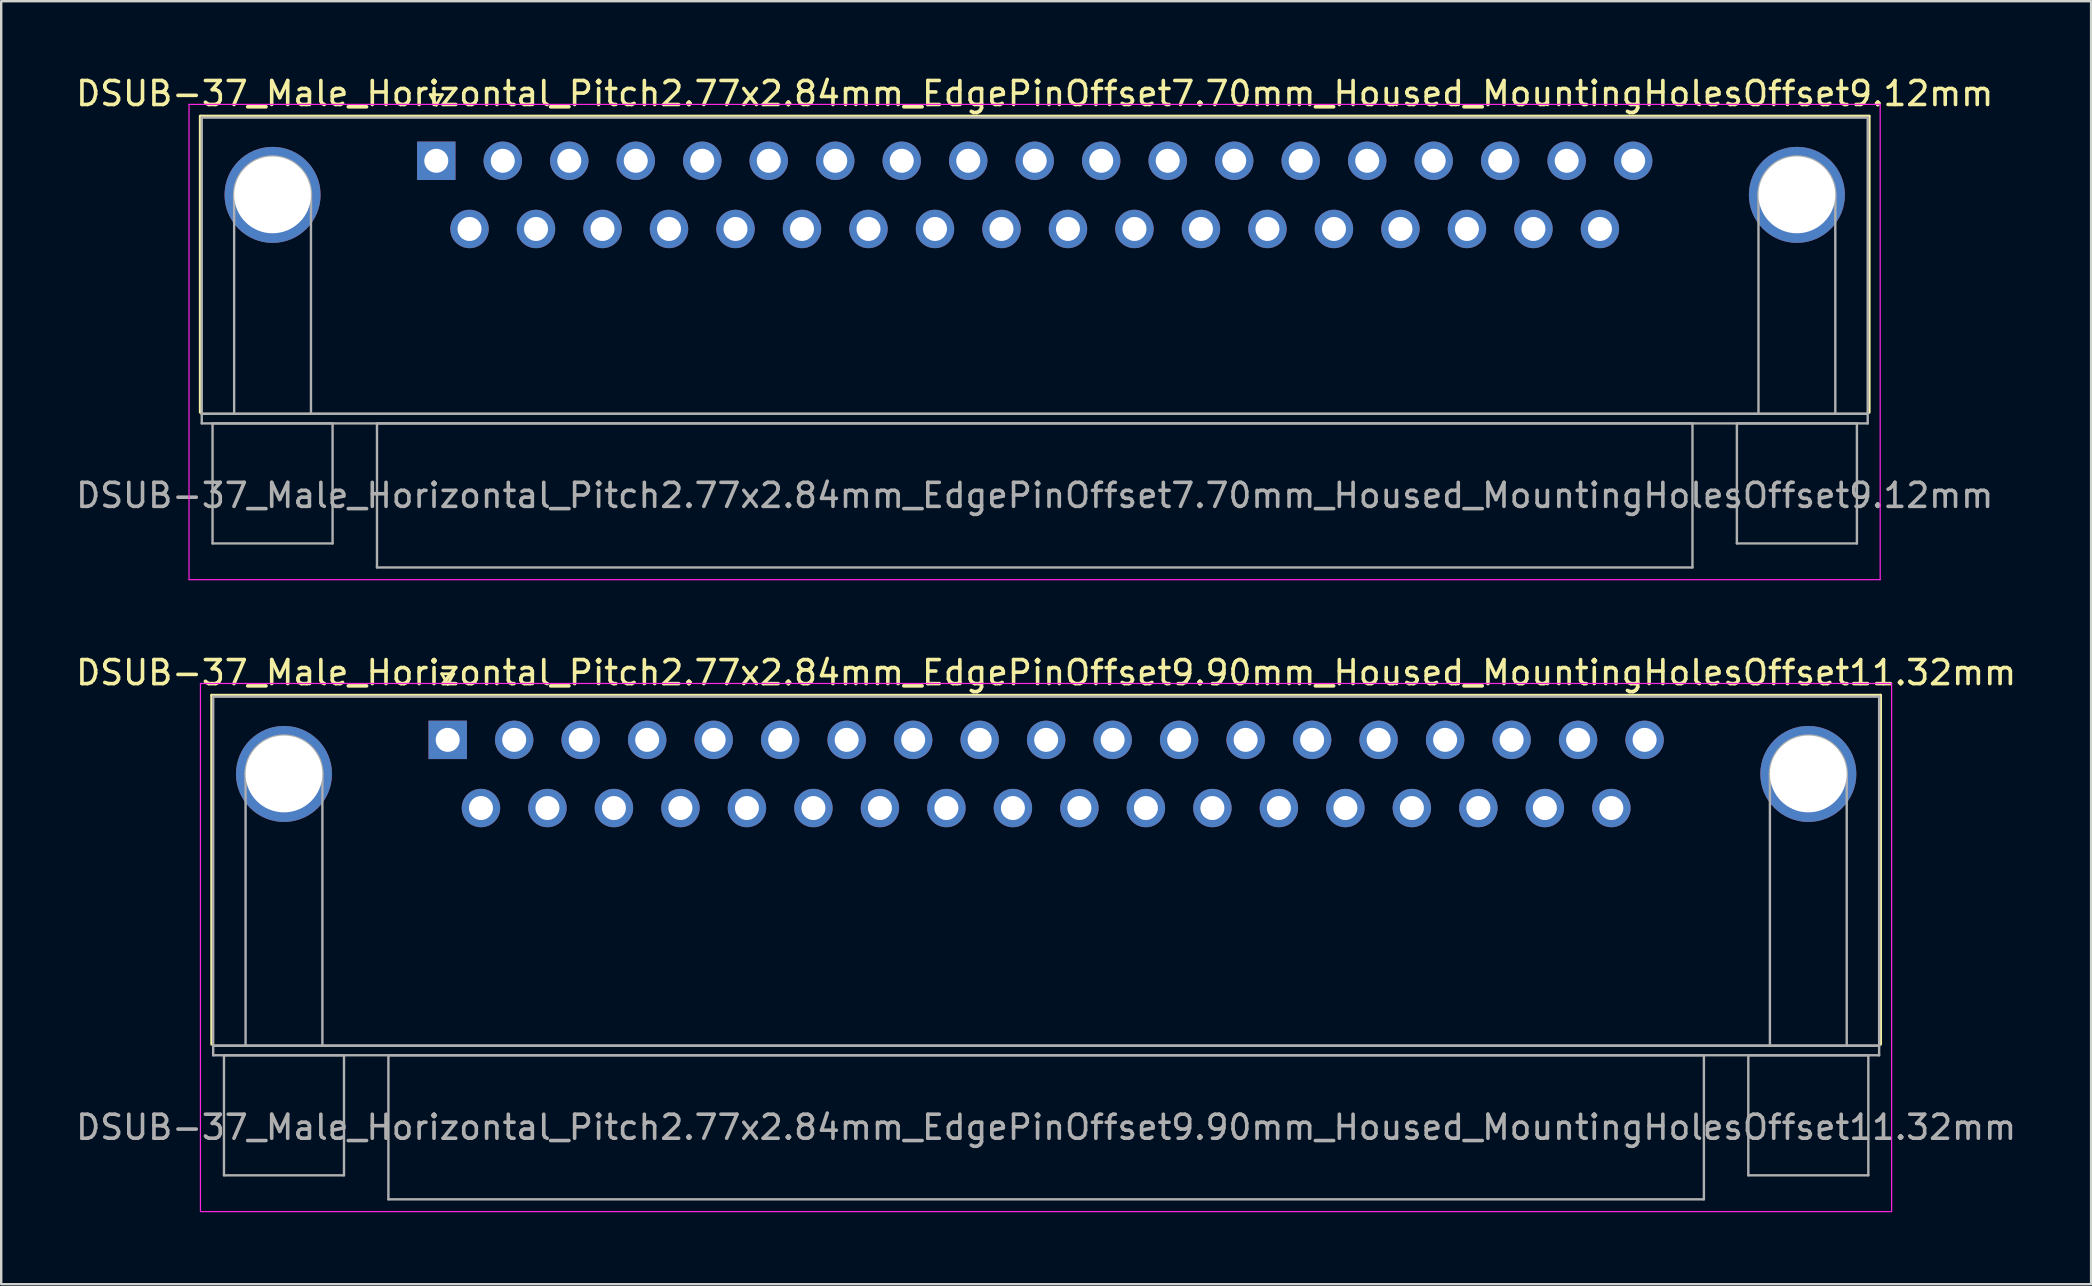
<source format=kicad_pcb>
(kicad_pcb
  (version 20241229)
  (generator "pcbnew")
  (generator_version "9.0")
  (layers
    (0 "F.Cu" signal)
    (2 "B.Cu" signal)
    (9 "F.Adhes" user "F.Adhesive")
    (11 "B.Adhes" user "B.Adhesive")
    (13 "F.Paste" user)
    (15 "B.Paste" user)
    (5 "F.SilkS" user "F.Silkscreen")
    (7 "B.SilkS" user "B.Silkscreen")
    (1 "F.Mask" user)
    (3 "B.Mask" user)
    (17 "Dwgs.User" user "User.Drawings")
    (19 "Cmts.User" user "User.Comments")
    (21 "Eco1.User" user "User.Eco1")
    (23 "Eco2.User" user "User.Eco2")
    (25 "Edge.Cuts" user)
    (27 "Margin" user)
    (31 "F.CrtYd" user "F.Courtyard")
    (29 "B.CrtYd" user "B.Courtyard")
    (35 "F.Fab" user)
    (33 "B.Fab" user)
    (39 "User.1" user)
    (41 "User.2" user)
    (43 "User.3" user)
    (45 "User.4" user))
  (footprint "DSUB-37_Male_Horizontal_Pitch2.77x2.84mm_EdgePinOffset9.90mm_Housed_MountingHolesOffset11.32mm"
    (layer "F.Cu")
    (at 15.6 27.771)
    (property "Reference" "DSUB-37_Male_Horizontal_Pitch2.77x2.84mm_EdgePinOffset9.90mm_Housed_MountingHolesOffset11.32mm" (at 24.93 -2.8 0) (layer "F.SilkS") (effects (font (size 1 1) (thickness 0.15))))
    (attr through_hole)
    (fp_line (start -9.83 -1.86) (end 59.69 -1.86) (stroke (width 0.12) (type solid)) (layer "F.SilkS"))
    (fp_line (start -9.83 12.68) (end -9.83 -1.86) (stroke (width 0.12) (type solid)) (layer "F.SilkS"))
    (fp_line (start -0.25 -2.754) (end 0.25 -2.754) (stroke (width 0.12) (type solid)) (layer "F.SilkS"))
    (fp_line (start 0 -2.321) (end -0.25 -2.754) (stroke (width 0.12) (type solid)) (layer "F.SilkS"))
    (fp_line (start 0.25 -2.754) (end 0 -2.321) (stroke (width 0.12) (type solid)) (layer "F.SilkS"))
    (fp_line (start 59.69 -1.86) (end 59.69 12.68) (stroke (width 0.12) (type solid)) (layer "F.SilkS"))
    (fp_line (start -10.3 -2.35) (end -10.3 19.65) (stroke (width 0.05) (type solid)) (layer "F.CrtYd"))
    (fp_line (start -10.3 19.65) (end 60.15 19.65) (stroke (width 0.05) (type solid)) (layer "F.CrtYd"))
    (fp_line (start 60.15 -2.35) (end -10.3 -2.35) (stroke (width 0.05) (type solid)) (layer "F.CrtYd"))
    (fp_line (start 60.15 19.65) (end 60.15 -2.35) (stroke (width 0.05) (type solid)) (layer "F.CrtYd"))
    (fp_line (start -9.77 -1.8) (end -9.77 12.74) (stroke (width 0.1) (type solid)) (layer "F.Fab"))
    (fp_line (start -9.77 12.74) (end -9.77 13.14) (stroke (width 0.1) (type solid)) (layer "F.Fab"))
    (fp_line (start -9.77 12.74) (end 59.63 12.74) (stroke (width 0.1) (type solid)) (layer "F.Fab"))
    (fp_line (start -9.77 13.14) (end 59.63 13.14) (stroke (width 0.1) (type solid)) (layer "F.Fab"))
    (fp_line (start -9.32 13.14) (end -9.32 18.14) (stroke (width 0.1) (type solid)) (layer "F.Fab"))
    (fp_line (start -9.32 18.14) (end -4.32 18.14) (stroke (width 0.1) (type solid)) (layer "F.Fab"))
    (fp_line (start -8.42 12.74) (end -8.42 1.42) (stroke (width 0.1) (type solid)) (layer "F.Fab"))
    (fp_line (start -5.22 12.74) (end -5.22 1.42) (stroke (width 0.1) (type solid)) (layer "F.Fab"))
    (fp_line (start -4.32 13.14) (end -9.32 13.14) (stroke (width 0.1) (type solid)) (layer "F.Fab"))
    (fp_line (start -4.32 18.14) (end -4.32 13.14) (stroke (width 0.1) (type solid)) (layer "F.Fab"))
    (fp_line (start -2.47 13.14) (end -2.47 19.14) (stroke (width 0.1) (type solid)) (layer "F.Fab"))
    (fp_line (start -2.47 19.14) (end 52.33 19.14) (stroke (width 0.1) (type solid)) (layer "F.Fab"))
    (fp_line (start 52.33 13.14) (end -2.47 13.14) (stroke (width 0.1) (type solid)) (layer "F.Fab"))
    (fp_line (start 52.33 19.14) (end 52.33 13.14) (stroke (width 0.1) (type solid)) (layer "F.Fab"))
    (fp_line (start 54.18 13.14) (end 54.18 18.14) (stroke (width 0.1) (type solid)) (layer "F.Fab"))
    (fp_line (start 54.18 18.14) (end 59.18 18.14) (stroke (width 0.1) (type solid)) (layer "F.Fab"))
    (fp_line (start 55.08 12.74) (end 55.08 1.42) (stroke (width 0.1) (type solid)) (layer "F.Fab"))
    (fp_line (start 58.28 12.74) (end 58.28 1.42) (stroke (width 0.1) (type solid)) (layer "F.Fab"))
    (fp_line (start 59.18 13.14) (end 54.18 13.14) (stroke (width 0.1) (type solid)) (layer "F.Fab"))
    (fp_line (start 59.18 18.14) (end 59.18 13.14) (stroke (width 0.1) (type solid)) (layer "F.Fab"))
    (fp_line (start 59.63 -1.8) (end -9.77 -1.8) (stroke (width 0.1) (type solid)) (layer "F.Fab"))
    (fp_line (start 59.63 12.74) (end -9.77 12.74) (stroke (width 0.1) (type solid)) (layer "F.Fab"))
    (fp_line (start 59.63 12.74) (end 59.63 -1.8) (stroke (width 0.1) (type solid)) (layer "F.Fab"))
    (fp_line (start 59.63 13.14) (end 59.63 12.74) (stroke (width 0.1) (type solid)) (layer "F.Fab"))
    (fp_arc (start -8.42 1.42) (mid -6.82 -0.18) (end -5.22 1.42) (stroke (width 0.1) (type solid)) (layer "F.Fab"))
    (fp_arc (start 55.08 1.42) (mid 56.68 -0.18) (end 58.28 1.42) (stroke (width 0.1) (type solid)) (layer "F.Fab"))
    (fp_text user "${REFERENCE}" (at 24.93 16.14 0) (layer "F.Fab") (effects (font (size 1 1) (thickness 0.15))))
    (pad "0" thru_hole circle (at -6.82 1.42) (size 4 4) (drill 3.2) (layers "*.Cu" "*.Mask"))
    (pad "0" thru_hole circle (at 56.68 1.42) (size 4 4) (drill 3.2) (layers "*.Cu" "*.Mask"))
    (pad "1" thru_hole rect (at 0 0) (size 1.6 1.6) (drill 1) (layers "*.Cu" "*.Mask"))
    (pad "2" thru_hole circle (at 2.77 0) (size 1.6 1.6) (drill 1) (layers "*.Cu" "*.Mask"))
    (pad "3" thru_hole circle (at 5.54 0) (size 1.6 1.6) (drill 1) (layers "*.Cu" "*.Mask"))
    (pad "4" thru_hole circle (at 8.31 0) (size 1.6 1.6) (drill 1) (layers "*.Cu" "*.Mask"))
    (pad "5" thru_hole circle (at 11.08 0) (size 1.6 1.6) (drill 1) (layers "*.Cu" "*.Mask"))
    (pad "6" thru_hole circle (at 13.85 0) (size 1.6 1.6) (drill 1) (layers "*.Cu" "*.Mask"))
    (pad "7" thru_hole circle (at 16.62 0) (size 1.6 1.6) (drill 1) (layers "*.Cu" "*.Mask"))
    (pad "8" thru_hole circle (at 19.39 0) (size 1.6 1.6) (drill 1) (layers "*.Cu" "*.Mask"))
    (pad "9" thru_hole circle (at 22.16 0) (size 1.6 1.6) (drill 1) (layers "*.Cu" "*.Mask"))
    (pad "10" thru_hole circle (at 24.93 0) (size 1.6 1.6) (drill 1) (layers "*.Cu" "*.Mask"))
    (pad "11" thru_hole circle (at 27.7 0) (size 1.6 1.6) (drill 1) (layers "*.Cu" "*.Mask"))
    (pad "12" thru_hole circle (at 30.47 0) (size 1.6 1.6) (drill 1) (layers "*.Cu" "*.Mask"))
    (pad "13" thru_hole circle (at 33.24 0) (size 1.6 1.6) (drill 1) (layers "*.Cu" "*.Mask"))
    (pad "14" thru_hole circle (at 36.01 0) (size 1.6 1.6) (drill 1) (layers "*.Cu" "*.Mask"))
    (pad "15" thru_hole circle (at 38.78 0) (size 1.6 1.6) (drill 1) (layers "*.Cu" "*.Mask"))
    (pad "16" thru_hole circle (at 41.55 0) (size 1.6 1.6) (drill 1) (layers "*.Cu" "*.Mask"))
    (pad "17" thru_hole circle (at 44.32 0) (size 1.6 1.6) (drill 1) (layers "*.Cu" "*.Mask"))
    (pad "18" thru_hole circle (at 47.09 0) (size 1.6 1.6) (drill 1) (layers "*.Cu" "*.Mask"))
    (pad "19" thru_hole circle (at 49.86 0) (size 1.6 1.6) (drill 1) (layers "*.Cu" "*.Mask"))
    (pad "20" thru_hole circle (at 1.385 2.84) (size 1.6 1.6) (drill 1) (layers "*.Cu" "*.Mask"))
    (pad "21" thru_hole circle (at 4.155 2.84) (size 1.6 1.6) (drill 1) (layers "*.Cu" "*.Mask"))
    (pad "22" thru_hole circle (at 6.925 2.84) (size 1.6 1.6) (drill 1) (layers "*.Cu" "*.Mask"))
    (pad "23" thru_hole circle (at 9.695 2.84) (size 1.6 1.6) (drill 1) (layers "*.Cu" "*.Mask"))
    (pad "24" thru_hole circle (at 12.465 2.84) (size 1.6 1.6) (drill 1) (layers "*.Cu" "*.Mask"))
    (pad "25" thru_hole circle (at 15.235 2.84) (size 1.6 1.6) (drill 1) (layers "*.Cu" "*.Mask"))
    (pad "26" thru_hole circle (at 18.005 2.84) (size 1.6 1.6) (drill 1) (layers "*.Cu" "*.Mask"))
    (pad "27" thru_hole circle (at 20.775 2.84) (size 1.6 1.6) (drill 1) (layers "*.Cu" "*.Mask"))
    (pad "28" thru_hole circle (at 23.545 2.84) (size 1.6 1.6) (drill 1) (layers "*.Cu" "*.Mask"))
    (pad "29" thru_hole circle (at 26.315 2.84) (size 1.6 1.6) (drill 1) (layers "*.Cu" "*.Mask"))
    (pad "30" thru_hole circle (at 29.085 2.84) (size 1.6 1.6) (drill 1) (layers "*.Cu" "*.Mask"))
    (pad "31" thru_hole circle (at 31.855 2.84) (size 1.6 1.6) (drill 1) (layers "*.Cu" "*.Mask"))
    (pad "32" thru_hole circle (at 34.625 2.84) (size 1.6 1.6) (drill 1) (layers "*.Cu" "*.Mask"))
    (pad "33" thru_hole circle (at 37.395 2.84) (size 1.6 1.6) (drill 1) (layers "*.Cu" "*.Mask"))
    (pad "34" thru_hole circle (at 40.165 2.84) (size 1.6 1.6) (drill 1) (layers "*.Cu" "*.Mask"))
    (pad "35" thru_hole circle (at 42.935 2.84) (size 1.6 1.6) (drill 1) (layers "*.Cu" "*.Mask"))
    (pad "36" thru_hole circle (at 45.705 2.84) (size 1.6 1.6) (drill 1) (layers "*.Cu" "*.Mask"))
    (pad "37" thru_hole circle (at 48.475 2.84) (size 1.6 1.6) (drill 1) (layers "*.Cu" "*.Mask")))
  (footprint "DSUB-37_Male_Horizontal_Pitch2.77x2.84mm_EdgePinOffset7.70mm_Housed_MountingHolesOffset9.12mm"
    (layer "F.Cu")
    (at 15.124 3.648)
    (property "Reference" "DSUB-37_Male_Horizontal_Pitch2.77x2.84mm_EdgePinOffset7.70mm_Housed_MountingHolesOffset9.12mm" (at 24.93 -2.8 0) (layer "F.SilkS") (effects (font (size 1 1) (thickness 0.15))))
    (attr through_hole)
    (fp_line (start -9.83 -1.86) (end 59.69 -1.86) (stroke (width 0.12) (type solid)) (layer "F.SilkS"))
    (fp_line (start -9.83 10.48) (end -9.83 -1.86) (stroke (width 0.12) (type solid)) (layer "F.SilkS"))
    (fp_line (start -0.25 -2.754) (end 0.25 -2.754) (stroke (width 0.12) (type solid)) (layer "F.SilkS"))
    (fp_line (start 0 -2.321) (end -0.25 -2.754) (stroke (width 0.12) (type solid)) (layer "F.SilkS"))
    (fp_line (start 0.25 -2.754) (end 0 -2.321) (stroke (width 0.12) (type solid)) (layer "F.SilkS"))
    (fp_line (start 59.69 -1.86) (end 59.69 10.48) (stroke (width 0.12) (type solid)) (layer "F.SilkS"))
    (fp_line (start -10.3 -2.35) (end -10.3 17.45) (stroke (width 0.05) (type solid)) (layer "F.CrtYd"))
    (fp_line (start -10.3 17.45) (end 60.15 17.45) (stroke (width 0.05) (type solid)) (layer "F.CrtYd"))
    (fp_line (start 60.15 -2.35) (end -10.3 -2.35) (stroke (width 0.05) (type solid)) (layer "F.CrtYd"))
    (fp_line (start 60.15 17.45) (end 60.15 -2.35) (stroke (width 0.05) (type solid)) (layer "F.CrtYd"))
    (fp_line (start -9.77 -1.8) (end -9.77 10.54) (stroke (width 0.1) (type solid)) (layer "F.Fab"))
    (fp_line (start -9.77 10.54) (end -9.77 10.94) (stroke (width 0.1) (type solid)) (layer "F.Fab"))
    (fp_line (start -9.77 10.54) (end 59.63 10.54) (stroke (width 0.1) (type solid)) (layer "F.Fab"))
    (fp_line (start -9.77 10.94) (end 59.63 10.94) (stroke (width 0.1) (type solid)) (layer "F.Fab"))
    (fp_line (start -9.32 10.94) (end -9.32 15.94) (stroke (width 0.1) (type solid)) (layer "F.Fab"))
    (fp_line (start -9.32 15.94) (end -4.32 15.94) (stroke (width 0.1) (type solid)) (layer "F.Fab"))
    (fp_line (start -8.42 10.54) (end -8.42 1.42) (stroke (width 0.1) (type solid)) (layer "F.Fab"))
    (fp_line (start -5.22 10.54) (end -5.22 1.42) (stroke (width 0.1) (type solid)) (layer "F.Fab"))
    (fp_line (start -4.32 10.94) (end -9.32 10.94) (stroke (width 0.1) (type solid)) (layer "F.Fab"))
    (fp_line (start -4.32 15.94) (end -4.32 10.94) (stroke (width 0.1) (type solid)) (layer "F.Fab"))
    (fp_line (start -2.47 10.94) (end -2.47 16.94) (stroke (width 0.1) (type solid)) (layer "F.Fab"))
    (fp_line (start -2.47 16.94) (end 52.33 16.94) (stroke (width 0.1) (type solid)) (layer "F.Fab"))
    (fp_line (start 52.33 10.94) (end -2.47 10.94) (stroke (width 0.1) (type solid)) (layer "F.Fab"))
    (fp_line (start 52.33 16.94) (end 52.33 10.94) (stroke (width 0.1) (type solid)) (layer "F.Fab"))
    (fp_line (start 54.18 10.94) (end 54.18 15.94) (stroke (width 0.1) (type solid)) (layer "F.Fab"))
    (fp_line (start 54.18 15.94) (end 59.18 15.94) (stroke (width 0.1) (type solid)) (layer "F.Fab"))
    (fp_line (start 55.08 10.54) (end 55.08 1.42) (stroke (width 0.1) (type solid)) (layer "F.Fab"))
    (fp_line (start 58.28 10.54) (end 58.28 1.42) (stroke (width 0.1) (type solid)) (layer "F.Fab"))
    (fp_line (start 59.18 10.94) (end 54.18 10.94) (stroke (width 0.1) (type solid)) (layer "F.Fab"))
    (fp_line (start 59.18 15.94) (end 59.18 10.94) (stroke (width 0.1) (type solid)) (layer "F.Fab"))
    (fp_line (start 59.63 -1.8) (end -9.77 -1.8) (stroke (width 0.1) (type solid)) (layer "F.Fab"))
    (fp_line (start 59.63 10.54) (end -9.77 10.54) (stroke (width 0.1) (type solid)) (layer "F.Fab"))
    (fp_line (start 59.63 10.54) (end 59.63 -1.8) (stroke (width 0.1) (type solid)) (layer "F.Fab"))
    (fp_line (start 59.63 10.94) (end 59.63 10.54) (stroke (width 0.1) (type solid)) (layer "F.Fab"))
    (fp_arc (start -8.42 1.42) (mid -6.82 -0.18) (end -5.22 1.42) (stroke (width 0.1) (type solid)) (layer "F.Fab"))
    (fp_arc (start 55.08 1.42) (mid 56.68 -0.18) (end 58.28 1.42) (stroke (width 0.1) (type solid)) (layer "F.Fab"))
    (fp_text user "${REFERENCE}" (at 24.93 13.94 0) (layer "F.Fab") (effects (font (size 1 1) (thickness 0.15))))
    (pad "0" thru_hole circle (at -6.82 1.42) (size 4 4) (drill 3.2) (layers "*.Cu" "*.Mask"))
    (pad "0" thru_hole circle (at 56.68 1.42) (size 4 4) (drill 3.2) (layers "*.Cu" "*.Mask"))
    (pad "1" thru_hole rect (at 0 0) (size 1.6 1.6) (drill 1) (layers "*.Cu" "*.Mask"))
    (pad "2" thru_hole circle (at 2.77 0) (size 1.6 1.6) (drill 1) (layers "*.Cu" "*.Mask"))
    (pad "3" thru_hole circle (at 5.54 0) (size 1.6 1.6) (drill 1) (layers "*.Cu" "*.Mask"))
    (pad "4" thru_hole circle (at 8.31 0) (size 1.6 1.6) (drill 1) (layers "*.Cu" "*.Mask"))
    (pad "5" thru_hole circle (at 11.08 0) (size 1.6 1.6) (drill 1) (layers "*.Cu" "*.Mask"))
    (pad "6" thru_hole circle (at 13.85 0) (size 1.6 1.6) (drill 1) (layers "*.Cu" "*.Mask"))
    (pad "7" thru_hole circle (at 16.62 0) (size 1.6 1.6) (drill 1) (layers "*.Cu" "*.Mask"))
    (pad "8" thru_hole circle (at 19.39 0) (size 1.6 1.6) (drill 1) (layers "*.Cu" "*.Mask"))
    (pad "9" thru_hole circle (at 22.16 0) (size 1.6 1.6) (drill 1) (layers "*.Cu" "*.Mask"))
    (pad "10" thru_hole circle (at 24.93 0) (size 1.6 1.6) (drill 1) (layers "*.Cu" "*.Mask"))
    (pad "11" thru_hole circle (at 27.7 0) (size 1.6 1.6) (drill 1) (layers "*.Cu" "*.Mask"))
    (pad "12" thru_hole circle (at 30.47 0) (size 1.6 1.6) (drill 1) (layers "*.Cu" "*.Mask"))
    (pad "13" thru_hole circle (at 33.24 0) (size 1.6 1.6) (drill 1) (layers "*.Cu" "*.Mask"))
    (pad "14" thru_hole circle (at 36.01 0) (size 1.6 1.6) (drill 1) (layers "*.Cu" "*.Mask"))
    (pad "15" thru_hole circle (at 38.78 0) (size 1.6 1.6) (drill 1) (layers "*.Cu" "*.Mask"))
    (pad "16" thru_hole circle (at 41.55 0) (size 1.6 1.6) (drill 1) (layers "*.Cu" "*.Mask"))
    (pad "17" thru_hole circle (at 44.32 0) (size 1.6 1.6) (drill 1) (layers "*.Cu" "*.Mask"))
    (pad "18" thru_hole circle (at 47.09 0) (size 1.6 1.6) (drill 1) (layers "*.Cu" "*.Mask"))
    (pad "19" thru_hole circle (at 49.86 0) (size 1.6 1.6) (drill 1) (layers "*.Cu" "*.Mask"))
    (pad "20" thru_hole circle (at 1.385 2.84) (size 1.6 1.6) (drill 1) (layers "*.Cu" "*.Mask"))
    (pad "21" thru_hole circle (at 4.155 2.84) (size 1.6 1.6) (drill 1) (layers "*.Cu" "*.Mask"))
    (pad "22" thru_hole circle (at 6.925 2.84) (size 1.6 1.6) (drill 1) (layers "*.Cu" "*.Mask"))
    (pad "23" thru_hole circle (at 9.695 2.84) (size 1.6 1.6) (drill 1) (layers "*.Cu" "*.Mask"))
    (pad "24" thru_hole circle (at 12.465 2.84) (size 1.6 1.6) (drill 1) (layers "*.Cu" "*.Mask"))
    (pad "25" thru_hole circle (at 15.235 2.84) (size 1.6 1.6) (drill 1) (layers "*.Cu" "*.Mask"))
    (pad "26" thru_hole circle (at 18.005 2.84) (size 1.6 1.6) (drill 1) (layers "*.Cu" "*.Mask"))
    (pad "27" thru_hole circle (at 20.775 2.84) (size 1.6 1.6) (drill 1) (layers "*.Cu" "*.Mask"))
    (pad "28" thru_hole circle (at 23.545 2.84) (size 1.6 1.6) (drill 1) (layers "*.Cu" "*.Mask"))
    (pad "29" thru_hole circle (at 26.315 2.84) (size 1.6 1.6) (drill 1) (layers "*.Cu" "*.Mask"))
    (pad "30" thru_hole circle (at 29.085 2.84) (size 1.6 1.6) (drill 1) (layers "*.Cu" "*.Mask"))
    (pad "31" thru_hole circle (at 31.855 2.84) (size 1.6 1.6) (drill 1) (layers "*.Cu" "*.Mask"))
    (pad "32" thru_hole circle (at 34.625 2.84) (size 1.6 1.6) (drill 1) (layers "*.Cu" "*.Mask"))
    (pad "33" thru_hole circle (at 37.395 2.84) (size 1.6 1.6) (drill 1) (layers "*.Cu" "*.Mask"))
    (pad "34" thru_hole circle (at 40.165 2.84) (size 1.6 1.6) (drill 1) (layers "*.Cu" "*.Mask"))
    (pad "35" thru_hole circle (at 42.935 2.84) (size 1.6 1.6) (drill 1) (layers "*.Cu" "*.Mask"))
    (pad "36" thru_hole circle (at 45.705 2.84) (size 1.6 1.6) (drill 1) (layers "*.Cu" "*.Mask"))
    (pad "37" thru_hole circle (at 48.475 2.84) (size 1.6 1.6) (drill 1) (layers "*.Cu" "*.Mask")))
  (gr_rect
    (start -3 -3)
    (end 84.06 50.447)
    (stroke (width 0.1) (type default))
    (fill no)
    (layer "Edge.Cuts")))
</source>
